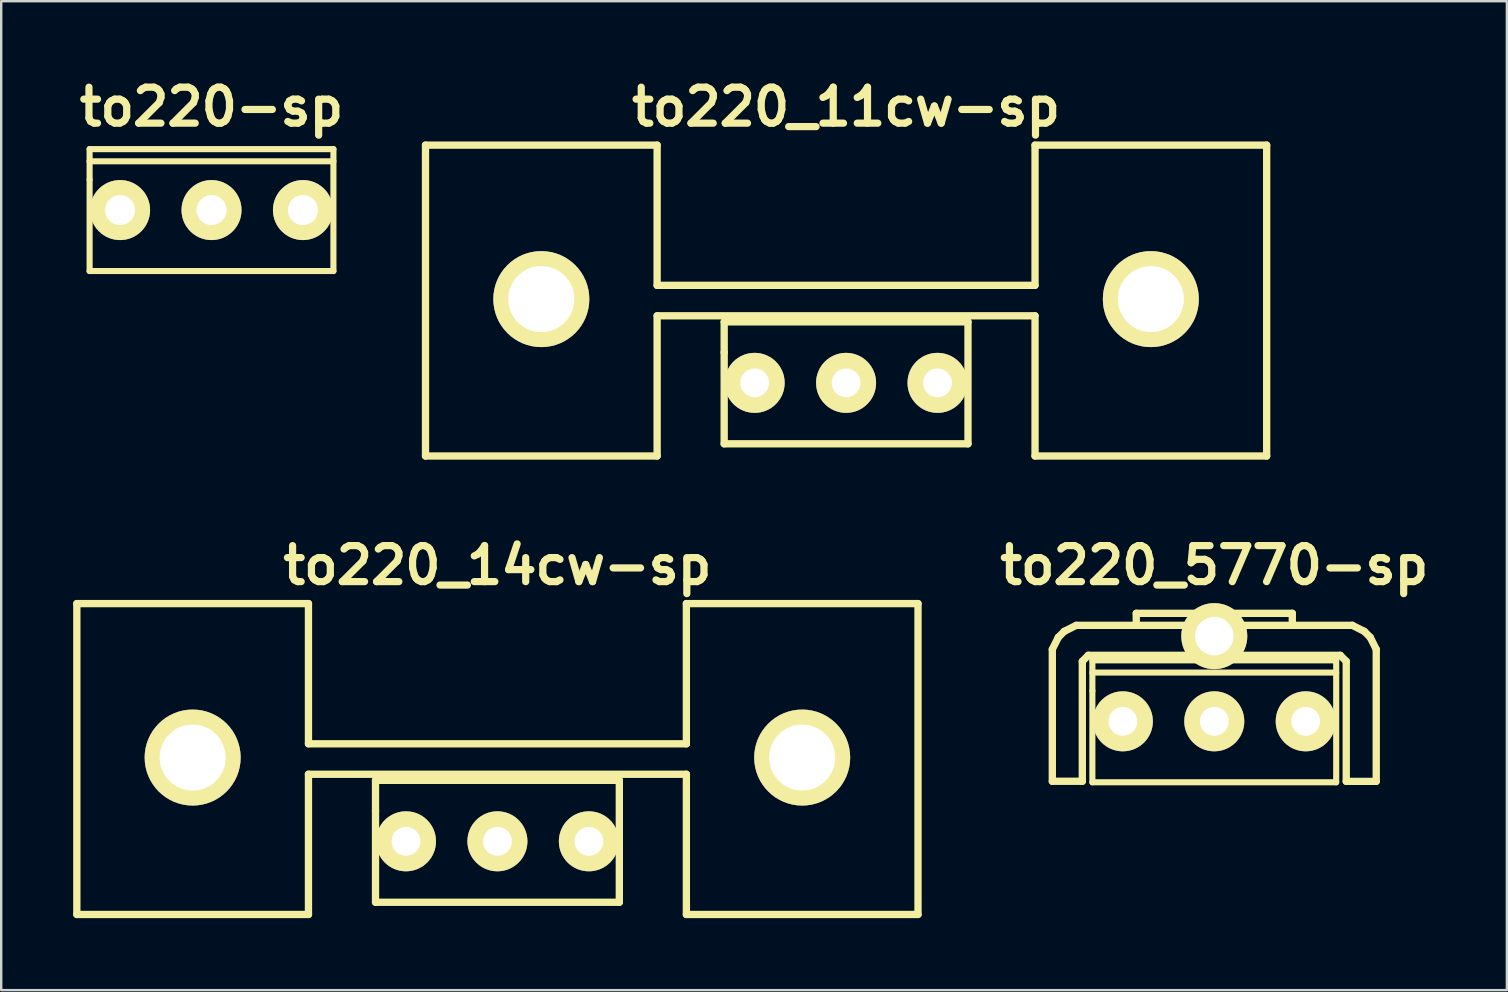
<source format=kicad_pcb>
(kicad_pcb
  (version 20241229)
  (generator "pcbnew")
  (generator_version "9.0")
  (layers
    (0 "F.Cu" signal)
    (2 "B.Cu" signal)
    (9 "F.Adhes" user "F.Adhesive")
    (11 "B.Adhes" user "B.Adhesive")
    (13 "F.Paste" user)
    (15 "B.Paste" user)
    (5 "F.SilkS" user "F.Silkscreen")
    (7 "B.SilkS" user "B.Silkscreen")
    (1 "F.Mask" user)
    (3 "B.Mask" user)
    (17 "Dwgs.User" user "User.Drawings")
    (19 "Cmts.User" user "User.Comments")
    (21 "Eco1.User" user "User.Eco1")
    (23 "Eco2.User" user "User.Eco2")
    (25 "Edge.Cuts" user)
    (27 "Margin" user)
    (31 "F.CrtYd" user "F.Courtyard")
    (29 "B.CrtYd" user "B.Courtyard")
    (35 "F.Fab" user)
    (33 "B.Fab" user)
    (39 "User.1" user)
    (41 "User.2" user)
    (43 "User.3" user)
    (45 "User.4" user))
  (footprint "to220-sp"
    (layer "F.Cu")
    (at 5.764 5.704)
    (property "Reference" "to220-sp" (at 0 -4.3 0) (layer "F.SilkS") (effects (font (size 1.5 1.5) (thickness 0.3))))
    (attr through_hole)
    (fp_line (start -5.08 -2.54) (end -5.08 -1.27) (stroke (width 0.254) (type solid)) (layer "F.SilkS"))
    (fp_line (start -5.08 -2.032) (end 5.08 -2.032) (stroke (width 0.254) (type solid)) (layer "F.SilkS"))
    (fp_line (start -5.08 -1.27) (end -5.08 2.54) (stroke (width 0.254) (type solid)) (layer "F.SilkS"))
    (fp_line (start -5.08 2.54) (end 5.08 2.54) (stroke (width 0.254) (type solid)) (layer "F.SilkS"))
    (fp_line (start 5.08 -2.54) (end -5.08 -2.54) (stroke (width 0.254) (type solid)) (layer "F.SilkS"))
    (fp_line (start 5.08 2.54) (end 5.08 -2.54) (stroke (width 0.254) (type solid)) (layer "F.SilkS"))
    (pad "1" thru_hole circle (at -3.81 0) (size 2.5 2.5) (drill 1.25) (layers "*.Cu" "*.Mask" "F.SilkS"))
    (pad "2" thru_hole circle (at 0 0) (size 2.5 2.5) (drill 1.25) (layers "*.Cu" "*.Mask" "F.SilkS"))
    (pad "3" thru_hole circle (at 3.81 0) (size 2.5 2.5) (drill 1.25) (layers "*.Cu" "*.Mask" "F.SilkS")))
  (footprint "to220_14cw-sp"
    (layer "F.Cu")
    (at 17.678 32.008)
    (property "Reference" "to220_14cw-sp" (at 0 -11.5 0) (layer "F.SilkS") (effects (font (size 1.5 1.5) (thickness 0.3))))
    (attr through_hole)
    (fp_line (start -17.526 -9.906) (end -17.526 3.048) (stroke (width 0.305) (type solid)) (layer "F.SilkS"))
    (fp_line (start -17.526 3.048) (end -7.874 3.048) (stroke (width 0.305) (type solid)) (layer "F.SilkS"))
    (fp_line (start -7.874 -9.906) (end -17.526 -9.906) (stroke (width 0.305) (type solid)) (layer "F.SilkS"))
    (fp_line (start -7.874 -9.906) (end -7.874 -4.064) (stroke (width 0.305) (type solid)) (layer "F.SilkS"))
    (fp_line (start -7.874 -2.794) (end -7.874 3.048) (stroke (width 0.305) (type solid)) (layer "F.SilkS"))
    (fp_line (start -7.874 -2.794) (end 7.874 -2.794) (stroke (width 0.305) (type solid)) (layer "F.SilkS"))
    (fp_line (start -5.08 -2.54) (end -5.08 -1.27) (stroke (width 0.305) (type solid)) (layer "F.SilkS"))
    (fp_line (start -5.08 -1.27) (end -5.08 2.54) (stroke (width 0.305) (type solid)) (layer "F.SilkS"))
    (fp_line (start -5.08 2.54) (end 5.08 2.54) (stroke (width 0.305) (type solid)) (layer "F.SilkS"))
    (fp_line (start 5.08 -2.54) (end -5.08 -2.54) (stroke (width 0.305) (type solid)) (layer "F.SilkS"))
    (fp_line (start 5.08 2.54) (end 5.08 -2.54) (stroke (width 0.305) (type solid)) (layer "F.SilkS"))
    (fp_line (start 7.874 -9.906) (end 7.874 -4.064) (stroke (width 0.305) (type solid)) (layer "F.SilkS"))
    (fp_line (start 7.874 -4.064) (end -7.874 -4.064) (stroke (width 0.305) (type solid)) (layer "F.SilkS"))
    (fp_line (start 7.874 3.048) (end 7.874 -2.794) (stroke (width 0.305) (type solid)) (layer "F.SilkS"))
    (fp_line (start 7.874 3.048) (end 17.526 3.048) (stroke (width 0.305) (type solid)) (layer "F.SilkS"))
    (fp_line (start 17.526 -9.906) (end 7.874 -9.906) (stroke (width 0.305) (type solid)) (layer "F.SilkS"))
    (fp_line (start 17.526 -9.906) (end 17.526 3.048) (stroke (width 0.305) (type solid)) (layer "F.SilkS"))
    (pad "" thru_hole circle (at -12.7 -3.49) (size 4 4) (drill 2.75) (layers "*.Cu" "*.Mask" "F.SilkS"))
    (pad "" thru_hole circle (at 12.7 -3.49) (size 4 4) (drill 2.75) (layers "*.Cu" "*.Mask" "F.SilkS"))
    (pad "1" thru_hole circle (at -3.81 0) (size 2.5 2.5) (drill 1.2) (layers "*.Cu" "*.Mask" "F.SilkS"))
    (pad "2" thru_hole circle (at 0 0) (size 2.5 2.5) (drill 1.2) (layers "*.Cu" "*.Mask" "F.SilkS"))
    (pad "3" thru_hole circle (at 3.81 0) (size 2.5 2.5) (drill 1.2) (layers "*.Cu" "*.Mask" "F.SilkS")))
  (footprint "to220_11cw-sp"
    (layer "F.Cu")
    (at 32.207 12.904)
    (property "Reference" "to220_11cw-sp" (at 0 -11.5 0) (layer "F.SilkS") (effects (font (size 1.5 1.5) (thickness 0.3))))
    (attr through_hole)
    (fp_line (start -17.526 -9.906) (end -17.526 3.048) (stroke (width 0.305) (type solid)) (layer "F.SilkS"))
    (fp_line (start -17.526 3.048) (end -7.874 3.048) (stroke (width 0.305) (type solid)) (layer "F.SilkS"))
    (fp_line (start -7.874 -9.906) (end -17.526 -9.906) (stroke (width 0.305) (type solid)) (layer "F.SilkS"))
    (fp_line (start -7.874 -9.906) (end -7.874 -4.064) (stroke (width 0.305) (type solid)) (layer "F.SilkS"))
    (fp_line (start -7.874 -2.794) (end -7.874 3.048) (stroke (width 0.305) (type solid)) (layer "F.SilkS"))
    (fp_line (start -7.874 -2.794) (end 7.874 -2.794) (stroke (width 0.305) (type solid)) (layer "F.SilkS"))
    (fp_line (start -5.08 -2.54) (end -5.08 -1.27) (stroke (width 0.305) (type solid)) (layer "F.SilkS"))
    (fp_line (start -5.08 -1.27) (end -5.08 2.54) (stroke (width 0.305) (type solid)) (layer "F.SilkS"))
    (fp_line (start -5.08 2.54) (end 5.08 2.54) (stroke (width 0.305) (type solid)) (layer "F.SilkS"))
    (fp_line (start 5.08 -2.54) (end -5.08 -2.54) (stroke (width 0.305) (type solid)) (layer "F.SilkS"))
    (fp_line (start 5.08 2.54) (end 5.08 -2.54) (stroke (width 0.305) (type solid)) (layer "F.SilkS"))
    (fp_line (start 7.874 -9.906) (end 7.874 -4.064) (stroke (width 0.305) (type solid)) (layer "F.SilkS"))
    (fp_line (start 7.874 -4.064) (end -7.874 -4.064) (stroke (width 0.305) (type solid)) (layer "F.SilkS"))
    (fp_line (start 7.874 3.048) (end 7.874 -2.794) (stroke (width 0.305) (type solid)) (layer "F.SilkS"))
    (fp_line (start 7.874 3.048) (end 17.526 3.048) (stroke (width 0.305) (type solid)) (layer "F.SilkS"))
    (fp_line (start 17.526 -9.906) (end 7.874 -9.906) (stroke (width 0.305) (type solid)) (layer "F.SilkS"))
    (fp_line (start 17.526 -9.906) (end 17.526 3.048) (stroke (width 0.305) (type solid)) (layer "F.SilkS"))
    (pad "" thru_hole circle (at -12.7 -3.49) (size 4 4) (drill 2.75) (layers "*.Cu" "*.Mask" "F.SilkS"))
    (pad "" thru_hole circle (at 12.7 -3.49) (size 4 4) (drill 2.75) (layers "*.Cu" "*.Mask" "F.SilkS"))
    (pad "1" thru_hole circle (at -3.81 0) (size 2.5 2.5) (drill 1.2) (layers "*.Cu" "*.Mask" "F.SilkS"))
    (pad "2" thru_hole circle (at 0 0) (size 2.5 2.5) (drill 1.2) (layers "*.Cu" "*.Mask" "F.SilkS"))
    (pad "3" thru_hole circle (at 3.81 0) (size 2.5 2.5) (drill 1.2) (layers "*.Cu" "*.Mask" "F.SilkS")))
  (footprint "to220_5770-sp"
    (layer "F.Cu")
    (at 47.55 27.008)
    (property "Reference" "to220_5770-sp" (at 0 -6.5 0) (layer "F.SilkS") (effects (font (size 1.5 1.5) (thickness 0.3))))
    (attr through_hole)
    (fp_line (start -6.749 -3) (end -6.5 -3.5) (stroke (width 0.305) (type solid)) (layer "F.SilkS"))
    (fp_line (start -6.749 2.499) (end -6.749 -3) (stroke (width 0.305) (type solid)) (layer "F.SilkS"))
    (fp_line (start -6.5 -3.5) (end -6.251 -3.749) (stroke (width 0.305) (type solid)) (layer "F.SilkS"))
    (fp_line (start -6.251 -3.749) (end -5.751 -4) (stroke (width 0.305) (type solid)) (layer "F.SilkS"))
    (fp_line (start -5.499 -2.499) (end -5.25 -2.751) (stroke (width 0.305) (type solid)) (layer "F.SilkS"))
    (fp_line (start -5.499 2.499) (end -6.749 2.499) (stroke (width 0.305) (type solid)) (layer "F.SilkS"))
    (fp_line (start -5.499 2.499) (end -5.499 -2.499) (stroke (width 0.305) (type solid)) (layer "F.SilkS"))
    (fp_line (start -5.25 -2.751) (end 5.25 -2.751) (stroke (width 0.305) (type solid)) (layer "F.SilkS"))
    (fp_line (start -5.08 -2.54) (end -5.08 -1.27) (stroke (width 0.254) (type solid)) (layer "F.SilkS"))
    (fp_line (start -5.08 -2.032) (end 5.08 -2.032) (stroke (width 0.254) (type solid)) (layer "F.SilkS"))
    (fp_line (start -5.08 -1.27) (end -5.08 2.54) (stroke (width 0.254) (type solid)) (layer "F.SilkS"))
    (fp_line (start -5.08 2.54) (end 5.08 2.54) (stroke (width 0.254) (type solid)) (layer "F.SilkS"))
    (fp_line (start -3.251 -4.501) (end 3.251 -4.501) (stroke (width 0.305) (type solid)) (layer "F.SilkS"))
    (fp_line (start -3.251 -4) (end -3.251 -4.501) (stroke (width 0.305) (type solid)) (layer "F.SilkS"))
    (fp_line (start 3.251 -4.501) (end 3.251 -4) (stroke (width 0.305) (type solid)) (layer "F.SilkS"))
    (fp_line (start 5.08 -2.54) (end -5.08 -2.54) (stroke (width 0.254) (type solid)) (layer "F.SilkS"))
    (fp_line (start 5.08 2.54) (end 5.08 -2.54) (stroke (width 0.254) (type solid)) (layer "F.SilkS"))
    (fp_line (start 5.25 -2.751) (end 5.499 -2.499) (stroke (width 0.305) (type solid)) (layer "F.SilkS"))
    (fp_line (start 5.499 2.499) (end 5.499 -2.499) (stroke (width 0.305) (type solid)) (layer "F.SilkS"))
    (fp_line (start 5.751 -4) (end -5.751 -4) (stroke (width 0.305) (type solid)) (layer "F.SilkS"))
    (fp_line (start 5.751 -4) (end 6.251 -3.749) (stroke (width 0.305) (type solid)) (layer "F.SilkS"))
    (fp_line (start 6.251 -3.749) (end 6.5 -3.5) (stroke (width 0.305) (type solid)) (layer "F.SilkS"))
    (fp_line (start 6.5 -3.5) (end 6.749 -3) (stroke (width 0.305) (type solid)) (layer "F.SilkS"))
    (fp_line (start 6.749 2.499) (end 6.749 -3) (stroke (width 0.305) (type solid)) (layer "F.SilkS"))
    (fp_line (start 6.749 2.502) (end 5.499 2.502) (stroke (width 0.305) (type solid)) (layer "F.SilkS"))
    (pad "" thru_hole circle (at 0 -3.55) (size 2.75 2.75) (drill 1.6) (layers "*.Cu" "*.Mask" "F.SilkS"))
    (pad "1" thru_hole circle (at -3.81 0) (size 2.5 2.5) (drill 1.2) (layers "*.Cu" "*.Mask" "F.SilkS"))
    (pad "2" thru_hole circle (at 0 0) (size 2.5 2.5) (drill 1.2) (layers "*.Cu" "*.Mask" "F.SilkS"))
    (pad "3" thru_hole circle (at 3.81 0) (size 2.5 2.5) (drill 1.2) (layers "*.Cu" "*.Mask" "F.SilkS")))
  (gr_rect
    (start -3 -3)
    (end 59.743 38.209)
    (stroke (width 0.1) (type default))
    (fill no)
    (layer "Edge.Cuts")))
</source>
